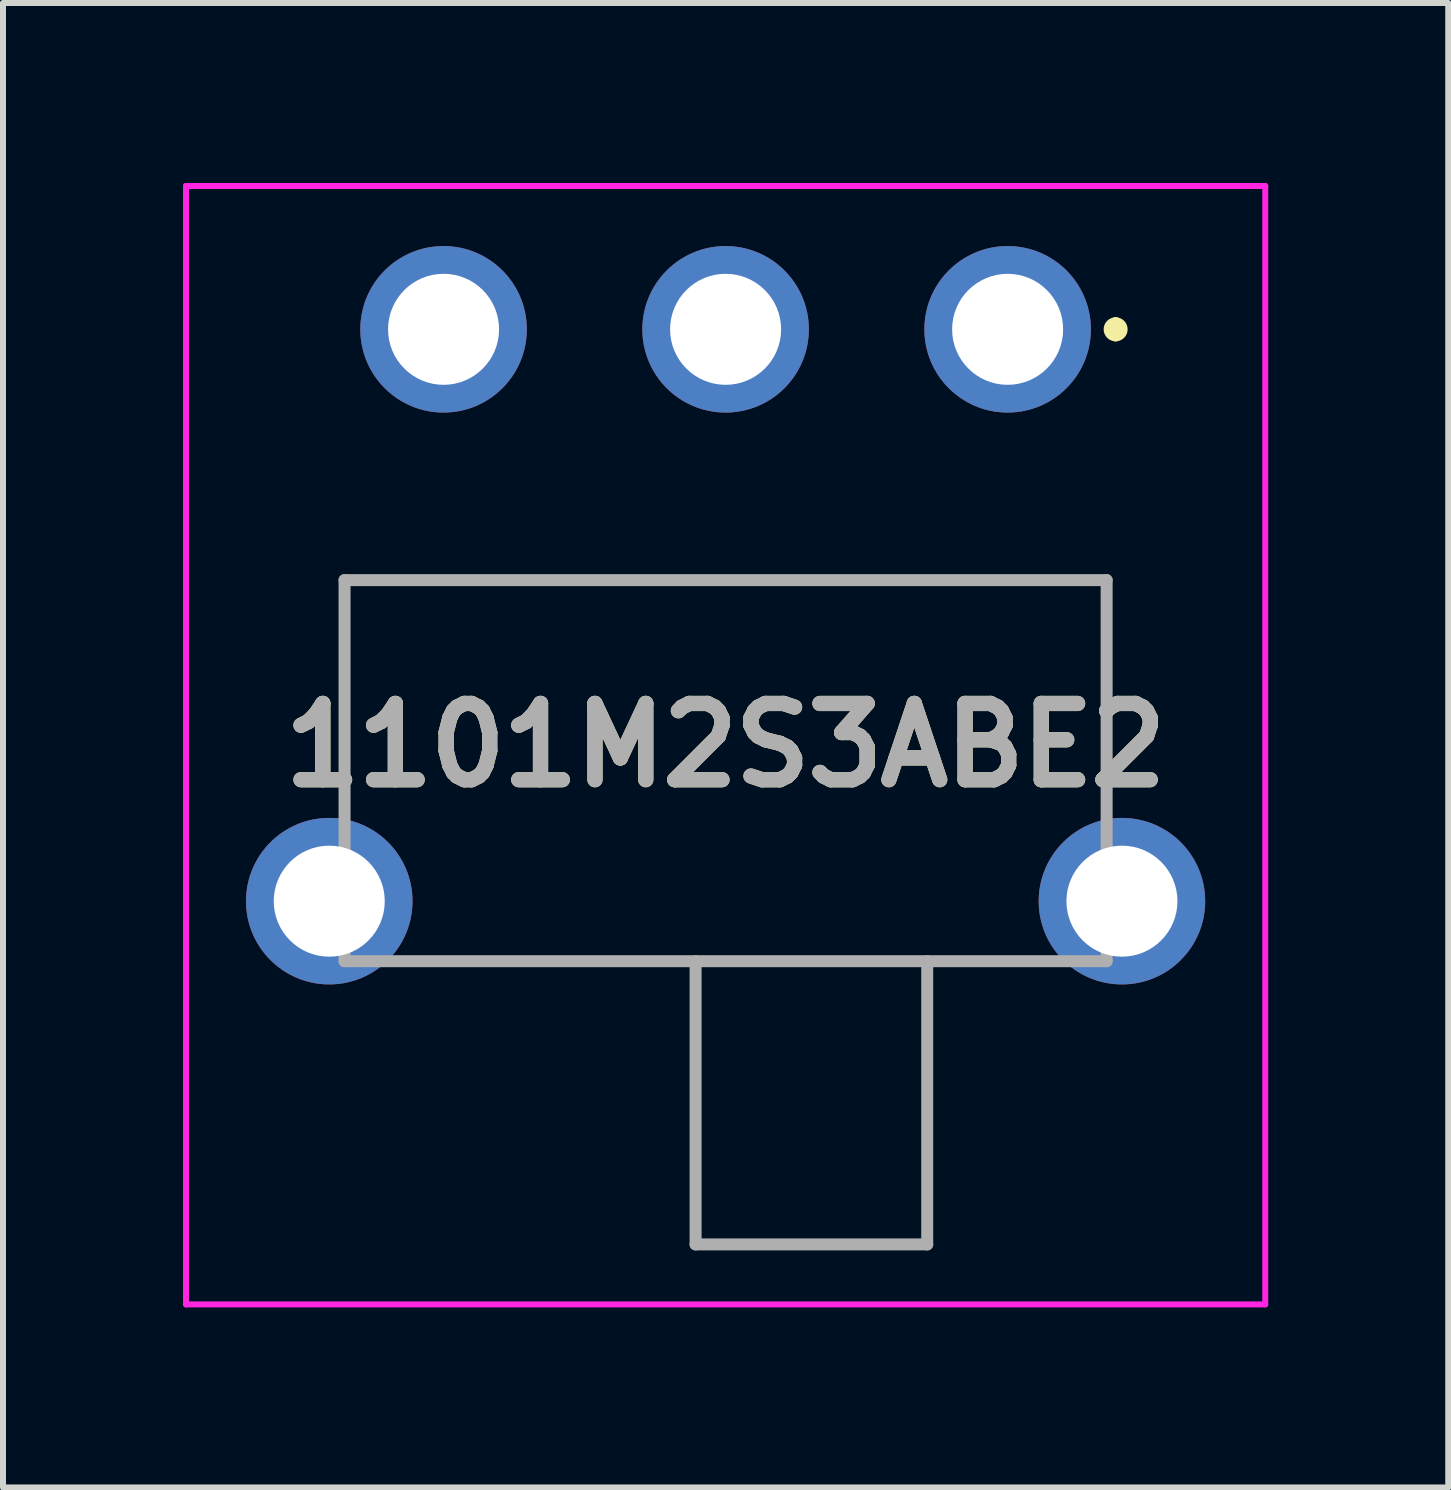
<source format=kicad_pcb>
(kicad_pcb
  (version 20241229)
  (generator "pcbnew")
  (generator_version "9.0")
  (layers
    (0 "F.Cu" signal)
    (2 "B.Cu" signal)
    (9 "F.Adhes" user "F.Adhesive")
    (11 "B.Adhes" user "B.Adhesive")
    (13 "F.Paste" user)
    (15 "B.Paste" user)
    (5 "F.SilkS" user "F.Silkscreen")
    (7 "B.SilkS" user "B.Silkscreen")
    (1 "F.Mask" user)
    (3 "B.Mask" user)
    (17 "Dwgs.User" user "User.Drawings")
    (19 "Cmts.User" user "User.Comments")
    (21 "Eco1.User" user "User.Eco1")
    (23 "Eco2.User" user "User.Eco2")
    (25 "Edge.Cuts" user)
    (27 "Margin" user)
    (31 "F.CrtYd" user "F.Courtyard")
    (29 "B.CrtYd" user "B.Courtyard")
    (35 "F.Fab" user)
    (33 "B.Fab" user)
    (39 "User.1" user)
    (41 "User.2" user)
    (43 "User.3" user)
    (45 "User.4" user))
  (footprint "1101M2S3ABE2"
    (layer "F.Cu")
    (at 13.742 2.438)
    (property "Reference" "1101M2S3ABE2" (at -4.7 6.931 0) (layer "F.SilkS") (effects (font (size 1.27 1.27) (thickness 0.254))))
    (attr through_hole)
    (fp_line (start -11.05 4.18) (end 1.65 4.18) (stroke (width 0.1) (type solid)) (layer "F.SilkS"))
    (fp_line (start -11.05 7.53) (end -11.05 4.18) (stroke (width 0.1) (type solid)) (layer "F.SilkS"))
    (fp_line (start -9.7 10.53) (end 0.3 10.53) (stroke (width 0.1) (type solid)) (layer "F.SilkS"))
    (fp_line (start 1.65 4.18) (end 1.65 7.53) (stroke (width 0.1) (type solid)) (layer "F.SilkS"))
    (fp_line (start 1.8 -0.1) (end 1.8 -0.1) (stroke (width 0.2) (type solid)) (layer "F.SilkS"))
    (fp_line (start 1.8 0.1) (end 1.8 0.1) (stroke (width 0.2) (type solid)) (layer "F.SilkS"))
    (fp_arc (start 1.8 -0.1) (mid 1.9 0) (end 1.8 0.1) (stroke (width 0.2) (type solid)) (layer "F.SilkS"))
    (fp_arc (start 1.8 0.1) (mid 1.7 0) (end 1.8 -0.1) (stroke (width 0.2) (type solid)) (layer "F.SilkS"))
    (fp_line (start -13.692 -2.388) (end 4.293 -2.388) (stroke (width 0.1) (type solid)) (layer "F.CrtYd"))
    (fp_line (start -13.692 16.25) (end -13.692 -2.388) (stroke (width 0.1) (type solid)) (layer "F.CrtYd"))
    (fp_line (start 4.293 -2.388) (end 4.293 16.25) (stroke (width 0.1) (type solid)) (layer "F.CrtYd"))
    (fp_line (start 4.293 16.25) (end -13.692 16.25) (stroke (width 0.1) (type solid)) (layer "F.CrtYd"))
    (fp_line (start -11.05 4.18) (end 1.65 4.18) (stroke (width 0.2) (type solid)) (layer "F.Fab"))
    (fp_line (start -11.05 10.53) (end -11.05 4.18) (stroke (width 0.2) (type solid)) (layer "F.Fab"))
    (fp_line (start -5.2 10.53) (end -5.2 15.25) (stroke (width 0.2) (type solid)) (layer "F.Fab"))
    (fp_line (start -5.2 15.25) (end -1.34 15.25) (stroke (width 0.2) (type solid)) (layer "F.Fab"))
    (fp_line (start -1.34 15.25) (end -1.34 10.53) (stroke (width 0.2) (type solid)) (layer "F.Fab"))
    (fp_line (start 1.65 4.18) (end 1.65 10.53) (stroke (width 0.2) (type solid)) (layer "F.Fab"))
    (fp_line (start 1.65 10.53) (end -11.05 10.53) (stroke (width 0.2) (type solid)) (layer "F.Fab"))
    (fp_text user "${REFERENCE}" (at -4.7 6.931 0) (layer "F.Fab") (effects (font (size 1.27 1.27) (thickness 0.254))))
    (pad "1" thru_hole circle (at -9.4 0) (size 2.775 2.775) (drill 1.85) (layers "*.Cu" "*.Mask"))
    (pad "2" thru_hole circle (at -4.7 0) (size 2.775 2.775) (drill 1.85) (layers "*.Cu" "*.Mask"))
    (pad "3" thru_hole circle (at 0 0) (size 2.775 2.775) (drill 1.85) (layers "*.Cu" "*.Mask"))
    (pad "4" thru_hole circle (at -11.305 9.53) (size 2.775 2.775) (drill 1.85) (layers "*.Cu" "*.Mask"))
    (pad "4" thru_hole circle (at 1.905 9.53) (size 2.775 2.775) (drill 1.85) (layers "*.Cu" "*.Mask")))
  (gr_rect
    (start -3 -3)
    (end 21.085 21.738)
    (stroke (width 0.1) (type default))
    (fill no)
    (layer "Edge.Cuts")))
</source>
